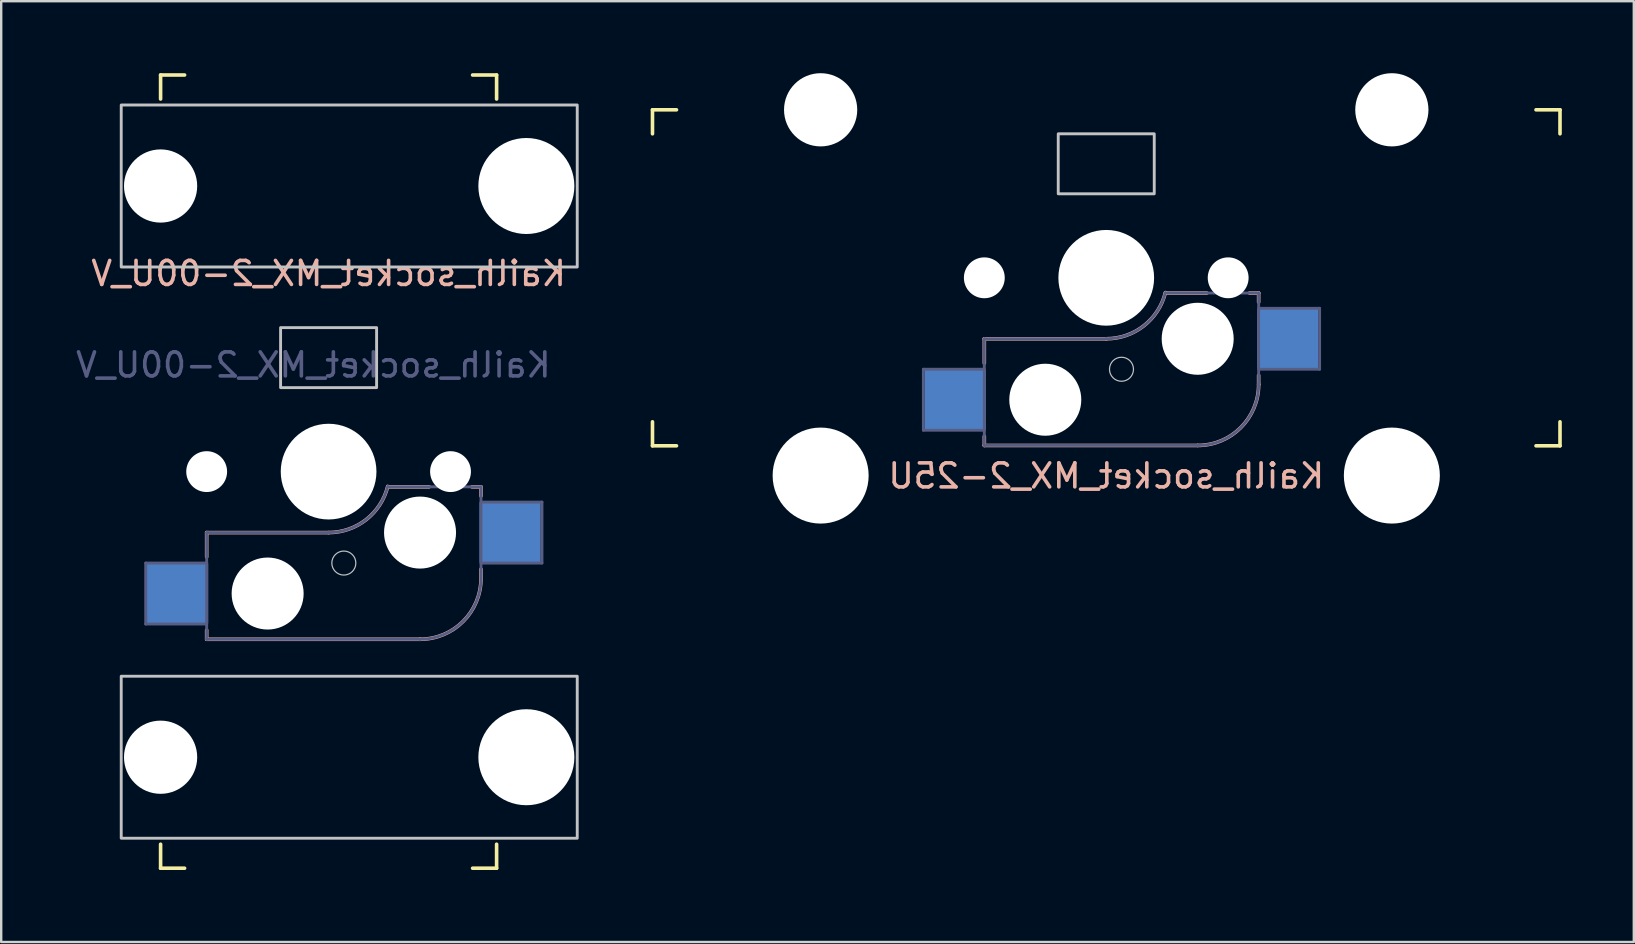
<source format=kicad_pcb>
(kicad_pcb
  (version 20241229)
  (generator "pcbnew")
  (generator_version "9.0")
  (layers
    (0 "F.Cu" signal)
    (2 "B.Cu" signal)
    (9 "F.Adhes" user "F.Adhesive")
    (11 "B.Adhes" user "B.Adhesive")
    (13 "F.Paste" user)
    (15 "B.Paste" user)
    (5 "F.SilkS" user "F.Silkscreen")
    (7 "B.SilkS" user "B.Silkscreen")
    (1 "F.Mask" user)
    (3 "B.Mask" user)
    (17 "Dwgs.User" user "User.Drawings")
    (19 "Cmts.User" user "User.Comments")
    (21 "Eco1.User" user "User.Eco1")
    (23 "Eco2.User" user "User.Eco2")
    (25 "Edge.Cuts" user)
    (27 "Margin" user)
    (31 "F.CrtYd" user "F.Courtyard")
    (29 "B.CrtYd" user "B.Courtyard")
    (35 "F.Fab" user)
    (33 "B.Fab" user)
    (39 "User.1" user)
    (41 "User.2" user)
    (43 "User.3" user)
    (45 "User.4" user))
  (footprint "Kailh_socket_MX_2-00U_V"
    (layer "F.Cu")
    (at 10.641 16.6)
    (property "Reference" "Kailh_socket_MX_2-00U_V" (at 0 -8.255 0) (layer "B.SilkS") (effects (font (size 1 1) (thickness 0.15)) (justify mirror)))
    (attr smd)
    (fp_line (start -7 -16.525) (end -7 -15.525) (stroke (width 0.15) (type solid)) (layer "F.SilkS"))
    (fp_line (start -7 -16.525) (end -6 -16.525) (stroke (width 0.15) (type solid)) (layer "F.SilkS"))
    (fp_line (start -7 15.525) (end -7 16.525) (stroke (width 0.15) (type solid)) (layer "F.SilkS"))
    (fp_line (start -6 16.525) (end -7 16.525) (stroke (width 0.15) (type solid)) (layer "F.SilkS"))
    (fp_line (start 6 -16.525) (end 7 -16.525) (stroke (width 0.15) (type solid)) (layer "F.SilkS"))
    (fp_line (start 7 -15.525) (end 7 -16.525) (stroke (width 0.15) (type solid)) (layer "F.SilkS"))
    (fp_line (start 7 16.525) (end 6 16.525) (stroke (width 0.15) (type solid)) (layer "F.SilkS"))
    (fp_line (start 7 16.525) (end 7 15.525) (stroke (width 0.15) (type solid)) (layer "F.SilkS"))
    (fp_line (start -5.08 2.54) (end 0 2.54) (stroke (width 0.15) (type solid)) (layer "B.SilkS"))
    (fp_line (start -5.08 3.556) (end -5.08 2.54) (stroke (width 0.15) (type solid)) (layer "B.SilkS"))
    (fp_line (start -5.08 6.985) (end -5.08 6.604) (stroke (width 0.15) (type solid)) (layer "B.SilkS"))
    (fp_line (start 2.464 0.635) (end 4.191 0.635) (stroke (width 0.15) (type solid)) (layer "B.SilkS"))
    (fp_line (start 3.81 6.985) (end -5.08 6.985) (stroke (width 0.15) (type solid)) (layer "B.SilkS"))
    (fp_line (start 5.969 0.635) (end 6.35 0.635) (stroke (width 0.15) (type solid)) (layer "B.SilkS"))
    (fp_line (start 6.35 1.016) (end 6.35 0.635) (stroke (width 0.15) (type solid)) (layer "B.SilkS"))
    (fp_line (start 6.35 4.445) (end 6.35 4.064) (stroke (width 0.15) (type solid)) (layer "B.SilkS"))
    (fp_arc (start 2.464162 0.61604) (mid 1.563147 2.002042) (end 0 2.54) (stroke (width 0.15) (type solid)) (layer "B.SilkS"))
    (fp_arc (start 6.35 4.445) (mid 5.606051 6.241051) (end 3.81 6.985) (stroke (width 0.15) (type solid)) (layer "B.SilkS"))
    (fp_rect (start -8.64 -15.275) (end 10.36 -8.525) (stroke (width 0.12) (type default)) (fill no) (layer "Dwgs.User"))
    (fp_rect (start -8.64 8.525) (end 10.36 15.275) (stroke (width 0.12) (type default)) (fill no) (layer "Dwgs.User"))
    (fp_rect (start -2 -6) (end 2 -3.5) (stroke (width 0.12) (type default)) (fill no) (layer "Dwgs.User"))
    (fp_circle (center 0.635 3.81) (end 1.135 3.81) (stroke (width 0.05) (type default)) (fill no) (layer "Dwgs.User"))
    (fp_line (start -6.9 6.9) (end -6.9 -6.9) (stroke (width 0.15) (type solid)) (layer "Eco2.User"))
    (fp_line (start -6.9 6.9) (end 6.9 6.9) (stroke (width 0.15) (type solid)) (layer "Eco2.User"))
    (fp_line (start 6.9 -6.9) (end -6.9 -6.9) (stroke (width 0.15) (type solid)) (layer "Eco2.User"))
    (fp_line (start 6.9 -6.9) (end 6.9 6.9) (stroke (width 0.15) (type solid)) (layer "Eco2.User"))
    (fp_line (start -7.62 3.81) (end -5.08 3.81) (stroke (width 0.12) (type solid)) (layer "B.Fab"))
    (fp_line (start -7.62 6.35) (end -7.62 3.81) (stroke (width 0.12) (type solid)) (layer "B.Fab"))
    (fp_line (start -5.08 2.54) (end 0 2.54) (stroke (width 0.12) (type solid)) (layer "B.Fab"))
    (fp_line (start -5.08 6.35) (end -7.62 6.35) (stroke (width 0.12) (type solid)) (layer "B.Fab"))
    (fp_line (start -5.08 6.985) (end -5.08 2.54) (stroke (width 0.12) (type solid)) (layer "B.Fab"))
    (fp_line (start 3.81 6.985) (end -5.08 6.985) (stroke (width 0.12) (type solid)) (layer "B.Fab"))
    (fp_line (start 6.35 0.635) (end 2.54 0.635) (stroke (width 0.12) (type solid)) (layer "B.Fab"))
    (fp_line (start 6.35 0.635) (end 6.35 4.445) (stroke (width 0.12) (type solid)) (layer "B.Fab"))
    (fp_line (start 6.35 1.27) (end 8.89 1.27) (stroke (width 0.12) (type solid)) (layer "B.Fab"))
    (fp_line (start 8.89 1.27) (end 8.89 3.81) (stroke (width 0.12) (type solid)) (layer "B.Fab"))
    (fp_line (start 8.89 3.81) (end 6.35 3.81) (stroke (width 0.12) (type solid)) (layer "B.Fab"))
    (fp_arc (start 2.464162 0.61604) (mid 1.563147 2.002042) (end 0 2.54) (stroke (width 0.12) (type solid)) (layer "B.Fab"))
    (fp_arc (start 6.35 4.445) (mid 5.606051 6.241051) (end 3.81 6.985) (stroke (width 0.12) (type solid)) (layer "B.Fab"))
    (fp_text user "${REFERENCE}" (at -0.635 -4.445 0) (layer "B.Fab") (effects (font (size 1 1) (thickness 0.15)) (justify mirror)))
    (pad "" np_thru_hole circle (at -7 -11.9 90) (size 3.05 3.05) (drill 3.05) (layers "*.Cu" "*.Mask"))
    (pad "" np_thru_hole circle (at -7 11.9 90) (size 3.05 3.05) (drill 3.05) (layers "*.Cu" "*.Mask"))
    (pad "" np_thru_hole circle (at -5.08 0 180) (size 1.702 1.702) (drill 1.702) (layers "*.Cu" "*.Mask"))
    (pad "" np_thru_hole circle (at -2.54 5.08 180) (size 3 3) (drill 3) (layers "*.Cu" "*.Mask"))
    (pad "" np_thru_hole circle (at 0 0 180) (size 3.988 3.988) (drill 3.988) (layers "*.Cu" "*.Mask"))
    (pad "" np_thru_hole circle (at 3.81 2.54 180) (size 3 3) (drill 3) (layers "*.Cu" "*.Mask"))
    (pad "" np_thru_hole circle (at 5.08 0 180) (size 1.702 1.702) (drill 1.702) (layers "*.Cu" "*.Mask"))
    (pad "" np_thru_hole circle (at 8.24 -11.9 90) (size 4 4) (drill 4) (layers "*.Cu" "*.Mask"))
    (pad "" np_thru_hole circle (at 8.24 11.9 90) (size 4 4) (drill 4) (layers "*.Cu" "*.Mask"))
    (pad "1" smd rect (at -6.29 5.08 180) (size 2.55 2.5) (layers "B.Cu" "B.Mask" "B.Paste"))
    (pad "2" smd rect (at 7.56 2.54 180) (size 2.55 2.5) (layers "B.Cu" "B.Mask" "B.Paste")))
  (footprint "Kailh_socket_MX_2-25U"
    (layer "F.Cu")
    (at 43.677 12.335)
    (property "Reference" "Kailh_socket_MX_2-25U" (at -0.635 4.445 180) (layer "B.SilkS") (effects (font (size 1 1) (thickness 0.15)) (justify mirror)))
    (attr smd)
    (fp_line (start -19.541 -9.81) (end -19.541 -10.81) (stroke (width 0.15) (type solid)) (layer "F.SilkS"))
    (fp_line (start -19.541 3.19) (end -19.541 2.19) (stroke (width 0.15) (type solid)) (layer "F.SilkS"))
    (fp_line (start -19.541 3.19) (end -18.541 3.19) (stroke (width 0.15) (type solid)) (layer "F.SilkS"))
    (fp_line (start -18.541 -10.81) (end -19.541 -10.81) (stroke (width 0.15) (type solid)) (layer "F.SilkS"))
    (fp_line (start 17.271 3.19) (end 18.271 3.19) (stroke (width 0.15) (type solid)) (layer "F.SilkS"))
    (fp_line (start 18.271 -10.81) (end 17.271 -10.81) (stroke (width 0.15) (type solid)) (layer "F.SilkS"))
    (fp_line (start 18.271 -10.81) (end 18.271 -9.81) (stroke (width 0.15) (type solid)) (layer "F.SilkS"))
    (fp_line (start 18.271 2.19) (end 18.271 3.19) (stroke (width 0.15) (type solid)) (layer "F.SilkS"))
    (fp_line (start -5.715 -1.27) (end -0.635 -1.27) (stroke (width 0.15) (type solid)) (layer "B.SilkS"))
    (fp_line (start -5.715 -0.254) (end -5.715 -1.27) (stroke (width 0.15) (type solid)) (layer "B.SilkS"))
    (fp_line (start -5.715 3.175) (end -5.715 2.794) (stroke (width 0.15) (type solid)) (layer "B.SilkS"))
    (fp_line (start 1.829 -3.175) (end 3.556 -3.175) (stroke (width 0.15) (type solid)) (layer "B.SilkS"))
    (fp_line (start 3.175 3.175) (end -5.715 3.175) (stroke (width 0.15) (type solid)) (layer "B.SilkS"))
    (fp_line (start 5.334 -3.175) (end 5.715 -3.175) (stroke (width 0.15) (type solid)) (layer "B.SilkS"))
    (fp_line (start 5.715 -2.794) (end 5.715 -3.175) (stroke (width 0.15) (type solid)) (layer "B.SilkS"))
    (fp_line (start 5.715 0.635) (end 5.715 0.254) (stroke (width 0.15) (type solid)) (layer "B.SilkS"))
    (fp_arc (start 1.829162 -3.19396) (mid 0.928147 -1.807958) (end -0.635 -1.27) (stroke (width 0.15) (type solid)) (layer "B.SilkS"))
    (fp_arc (start 5.715 0.635) (mid 4.971051 2.431051) (end 3.175 3.175) (stroke (width 0.15) (type solid)) (layer "B.SilkS"))
    (fp_rect (start -2.635 -9.81) (end 1.365 -7.31) (stroke (width 0.12) (type default)) (fill no) (layer "Dwgs.User"))
    (fp_circle (center 0 0) (end 0.5 0) (stroke (width 0.05) (type default)) (fill no) (layer "Dwgs.User"))
    (fp_line (start -7.535 3.09) (end -7.535 -10.71) (stroke (width 0.15) (type solid)) (layer "Eco2.User"))
    (fp_line (start -7.535 3.09) (end 6.265 3.09) (stroke (width 0.15) (type solid)) (layer "Eco2.User"))
    (fp_line (start 6.265 -10.71) (end -7.535 -10.71) (stroke (width 0.15) (type solid)) (layer "Eco2.User"))
    (fp_line (start 6.265 -10.71) (end 6.265 3.09) (stroke (width 0.15) (type solid)) (layer "Eco2.User"))
    (fp_line (start -8.255 0) (end -5.715 0) (stroke (width 0.12) (type solid)) (layer "B.Fab"))
    (fp_line (start -8.255 2.54) (end -8.255 0) (stroke (width 0.12) (type solid)) (layer "B.Fab"))
    (fp_line (start -5.715 -1.27) (end -0.635 -1.27) (stroke (width 0.12) (type solid)) (layer "B.Fab"))
    (fp_line (start -5.715 2.54) (end -8.255 2.54) (stroke (width 0.12) (type solid)) (layer "B.Fab"))
    (fp_line (start -5.715 3.175) (end -5.715 -1.27) (stroke (width 0.12) (type solid)) (layer "B.Fab"))
    (fp_line (start 3.175 3.175) (end -5.715 3.175) (stroke (width 0.12) (type solid)) (layer "B.Fab"))
    (fp_line (start 5.715 -3.175) (end 1.905 -3.175) (stroke (width 0.12) (type solid)) (layer "B.Fab"))
    (fp_line (start 5.715 -3.175) (end 5.715 0.635) (stroke (width 0.12) (type solid)) (layer "B.Fab"))
    (fp_line (start 5.715 -2.54) (end 8.255 -2.54) (stroke (width 0.12) (type solid)) (layer "B.Fab"))
    (fp_line (start 8.255 -2.54) (end 8.255 0) (stroke (width 0.12) (type solid)) (layer "B.Fab"))
    (fp_line (start 8.255 0) (end 5.715 0) (stroke (width 0.12) (type solid)) (layer "B.Fab"))
    (fp_arc (start 1.829162 -3.19396) (mid 0.928147 -1.807958) (end -0.635 -1.27) (stroke (width 0.12) (type solid)) (layer "B.Fab"))
    (fp_arc (start 5.715 0.635) (mid 4.971051 2.431051) (end 3.175 3.175) (stroke (width 0.12) (type solid)) (layer "B.Fab"))
    (pad "" np_thru_hole circle (at -12.535 -10.81) (size 3.05 3.05) (drill 3.05) (layers "*.Cu" "*.Mask"))
    (pad "" np_thru_hole circle (at -12.535 4.43) (size 4 4) (drill 4) (layers "*.Cu" "*.Mask"))
    (pad "" np_thru_hole circle (at -5.715 -3.81 180) (size 1.702 1.702) (drill 1.702) (layers "*.Cu" "*.Mask"))
    (pad "" np_thru_hole circle (at -3.175 1.27 180) (size 3 3) (drill 3) (layers "*.Cu" "*.Mask"))
    (pad "" np_thru_hole circle (at -0.635 -3.81 180) (size 3.988 3.988) (drill 3.988) (layers "*.Cu" "*.Mask"))
    (pad "" np_thru_hole circle (at 3.175 -1.27 180) (size 3 3) (drill 3) (layers "*.Cu" "*.Mask"))
    (pad "" np_thru_hole circle (at 4.445 -3.81 180) (size 1.702 1.702) (drill 1.702) (layers "*.Cu" "*.Mask"))
    (pad "" np_thru_hole circle (at 11.265 -10.81) (size 3.05 3.05) (drill 3.05) (layers "*.Cu" "*.Mask"))
    (pad "" np_thru_hole circle (at 11.265 4.43) (size 4 4) (drill 4) (layers "*.Cu" "*.Mask"))
    (pad "1" smd rect (at -6.925 1.27 180) (size 2.55 2.5) (layers "B.Cu" "B.Mask" "B.Paste"))
    (pad "2" smd rect (at 6.925 -1.27 180) (size 2.55 2.5) (layers "B.Cu" "B.Mask" "B.Paste")))
  (gr_rect
    (start -3 -3)
    (end 65.023 36.2)
    (stroke (width 0.1) (type default))
    (fill no)
    (layer "Edge.Cuts")))
</source>
